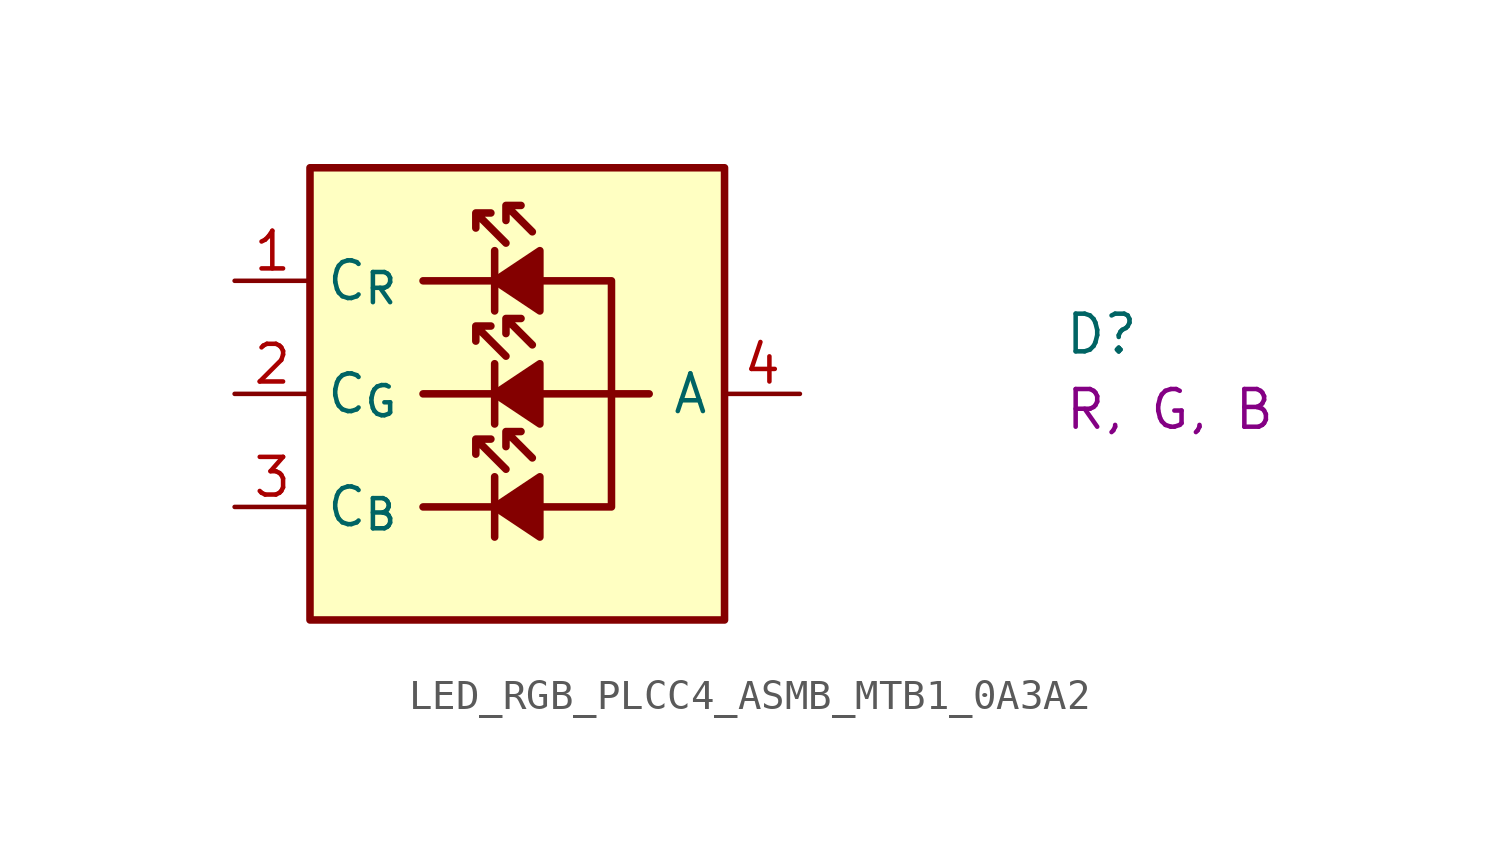
<source format=kicad_sym>
(kicad_symbol_lib
  (version 20220914)
  (generator kicad_symbol_editor)
  (symbol "LED_RGB_PLCC4_ASMB_MTB1_0A3A2"
    (property "Reference" "D"
      (at 27.94 -2.54 0)
      (effects (font (size 1.27 1.27)) (justify left bottom)))
    (property "Color" "R, G, B"
      (at 27.94 -5.08 0)
      (effects (font (size 1.27 1.27)) (justify left bottom)))
    (symbol "LED_RGB_PLCC4_ASMB_MTB1_0A3A2_1_1"
      (polyline (pts (xy 6.35 -7.62) (xy 8.89 -7.62)) (stroke (width 0.254) (type default)) (fill (type none)))
      (polyline (pts (xy 6.35 -3.81) (xy 8.89 -3.81)) (stroke (width 0.254) (type default)) (fill (type none)))
      (polyline (pts (xy 6.35 0) (xy 8.89 0)) (stroke (width 0.254) (type default)) (fill (type none)))
      (polyline (pts (xy 8.763 -6.604) (xy 8.763 -8.636)) (stroke (width 0.254) (type default)) (fill (type none)))
      (polyline (pts (xy 8.763 -2.794) (xy 8.763 -4.826)) (stroke (width 0.254) (type default)) (fill (type none)))
      (polyline (pts (xy 8.763 1.016) (xy 8.763 -1.016)) (stroke (width 0.254) (type default)) (fill (type none)))
      (polyline (pts (xy 12.7 -3.81) (xy 13.97 -3.81)) (stroke (width 0.254) (type default)) (fill (type none)))
      (polyline (pts (xy 12.7 -3.81) (xy 12.7 -7.62) (xy 10.16 -7.62)) (stroke (width 0.254) (type default)) (fill (type none)))
      (polyline (pts (xy 10.16 -3.81) (xy 12.7 -3.81) (xy 12.7 0) (xy 10.16 0)) (stroke (width 0.254) (type default)) (fill (type none)))
      (polyline (pts (xy 10.287 -6.604) (xy 10.287 -8.636) (xy 8.763 -7.62) (xy 10.287 -6.604)) (stroke (width 0.254) (type default)) (fill (type outline)))
      (polyline (pts (xy 10.287 -2.794) (xy 10.287 -4.826) (xy 8.763 -3.81) (xy 10.287 -2.794)) (stroke (width 0.254) (type default)) (fill (type outline)))
      (polyline (pts (xy 10.287 1.016) (xy 10.287 -1.016) (xy 8.763 0) (xy 10.287 1.016)) (stroke (width 0.254) (type default)) (fill (type outline)))
      (polyline (pts (xy 8.128 -5.334) (xy 8.128 -5.842) (xy 8.128 -5.334) (xy 8.636 -5.334) (xy 8.128 -5.334) (xy 9.144 -6.35)) (stroke (width 0.254) (type default)) (fill (type none)))
      (polyline (pts (xy 8.128 -1.524) (xy 8.128 -2.032) (xy 8.128 -1.524) (xy 8.636 -1.524) (xy 8.128 -1.524) (xy 9.144 -2.54)) (stroke (width 0.254) (type default)) (fill (type none)))
      (polyline (pts (xy 8.128 2.286) (xy 8.128 1.778) (xy 8.128 2.286) (xy 8.636 2.286) (xy 8.128 2.286) (xy 9.144 1.27)) (stroke (width 0.254) (type default)) (fill (type none)))
      (polyline (pts (xy 9.144 -5.08) (xy 9.144 -5.588) (xy 9.144 -5.08) (xy 9.652 -5.08) (xy 9.144 -5.08) (xy 10.033 -5.969)) (stroke (width 0.254) (type default)) (fill (type none)))
      (polyline (pts (xy 9.144 -1.27) (xy 9.144 -1.778) (xy 9.144 -1.27) (xy 9.652 -1.27) (xy 9.144 -1.27) (xy 10.033 -2.159)) (stroke (width 0.254) (type default)) (fill (type none)))
      (polyline (pts (xy 9.144 2.54) (xy 9.144 2.032) (xy 9.144 2.54) (xy 9.652 2.54) (xy 9.144 2.54) (xy 10.033 1.651)) (stroke (width 0.254) (type default)) (fill (type none)))
      (rectangle (start 2.54 -11.43) (end 16.51 3.81) (stroke (width 0.254) (type default)) (fill (type background)))
      (pin passive line (at 0 0 0) (length 2.54) (name "C_{R}" (effects (font (size 1.27 1.27)))) (number "1" (effects (font (size 1.27 1.27)))))
      (pin passive line (at 0 -3.81 0) (length 2.54) (name "C_{G}" (effects (font (size 1.27 1.27)))) (number "2" (effects (font (size 1.27 1.27)))))
      (pin passive line (at 0 -7.62 0) (length 2.54) (name "C_{B}" (effects (font (size 1.27 1.27)))) (number "3" (effects (font (size 1.27 1.27)))))
      (pin passive line (at 19.05 -3.81 180) (length 2.54) (name "A" (effects (font (size 1.27 1.27)))) (number "4" (effects (font (size 1.27 1.27))))))))
</source>
